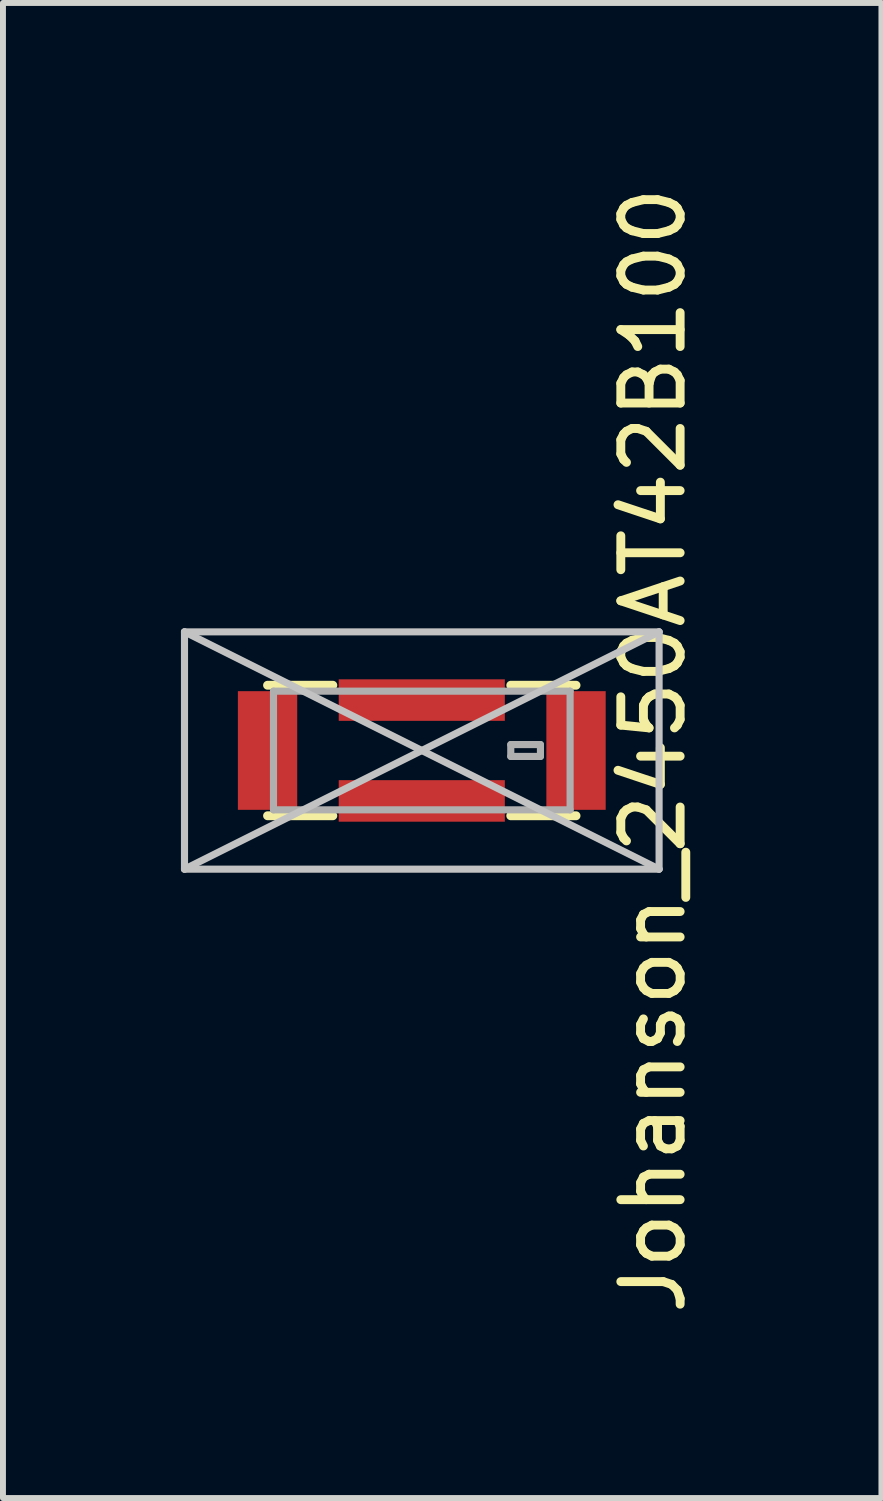
<source format=kicad_pcb>
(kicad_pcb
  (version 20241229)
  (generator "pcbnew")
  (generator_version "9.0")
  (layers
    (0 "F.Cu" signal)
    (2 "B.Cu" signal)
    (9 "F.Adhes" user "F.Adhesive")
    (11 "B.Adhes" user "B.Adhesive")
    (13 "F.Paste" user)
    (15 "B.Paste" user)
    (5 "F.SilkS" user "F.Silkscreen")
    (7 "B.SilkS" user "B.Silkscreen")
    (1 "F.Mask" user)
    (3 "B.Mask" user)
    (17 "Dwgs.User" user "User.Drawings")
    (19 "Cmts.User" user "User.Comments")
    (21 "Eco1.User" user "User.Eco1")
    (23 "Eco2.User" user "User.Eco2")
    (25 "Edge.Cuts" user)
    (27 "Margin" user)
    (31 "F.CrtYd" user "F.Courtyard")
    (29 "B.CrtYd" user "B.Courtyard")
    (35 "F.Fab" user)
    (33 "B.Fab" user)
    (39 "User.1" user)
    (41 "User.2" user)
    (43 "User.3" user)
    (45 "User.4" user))
  (footprint "Johanson_2450AT42B100"
    (layer "F.Cu")
    (at 4.06 9.601)
    (property "Reference" "Johanson_2450AT42B100" (at 3.9 0 90) (unlocked yes) (layer "F.SilkS") (effects (font (size 1 1) (thickness 0.15))))
    (attr through_hole)
    (fp_line (start -1.5 -1.1) (end -2.6 -1.1) (stroke (width 0.15) (type solid)) (layer "F.SilkS"))
    (fp_line (start -1.5 1.1) (end -2.6 1.1) (stroke (width 0.15) (type solid)) (layer "F.SilkS"))
    (fp_line (start 1.5 -1.1) (end 2.6 -1.1) (stroke (width 0.15) (type solid)) (layer "F.SilkS"))
    (fp_line (start 1.5 1.1) (end 2.6 1.1) (stroke (width 0.15) (type solid)) (layer "F.SilkS"))
    (fp_line (start -4 -2) (end 4 -2) (stroke (width 0.12) (type solid)) (layer "Dwgs.User"))
    (fp_line (start -4 -2) (end 4 2) (stroke (width 0.12) (type solid)) (layer "Dwgs.User"))
    (fp_line (start -4 2) (end -4 -2) (stroke (width 0.12) (type solid)) (layer "Dwgs.User"))
    (fp_line (start 4 -2) (end -4 2) (stroke (width 0.12) (type solid)) (layer "Dwgs.User"))
    (fp_line (start 4 -2) (end 4 2) (stroke (width 0.12) (type solid)) (layer "Dwgs.User"))
    (fp_line (start 4 2) (end -4 2) (stroke (width 0.12) (type solid)) (layer "Dwgs.User"))
    (fp_line (start -2.5 -1) (end 2.5 -1) (stroke (width 0.12) (type solid)) (layer "F.Fab"))
    (fp_line (start -2.5 1) (end -2.5 -1) (stroke (width 0.12) (type solid)) (layer "F.Fab"))
    (fp_line (start 1.5 -0.1) (end 1.5 0.1) (stroke (width 0.12) (type solid)) (layer "F.Fab"))
    (fp_line (start 1.5 0.1) (end 2 0.1) (stroke (width 0.12) (type solid)) (layer "F.Fab"))
    (fp_line (start 2 -0.1) (end 1.5 -0.1) (stroke (width 0.12) (type solid)) (layer "F.Fab"))
    (fp_line (start 2 0.1) (end 2 -0.1) (stroke (width 0.12) (type solid)) (layer "F.Fab"))
    (fp_line (start 2.5 -1) (end 2.5 1) (stroke (width 0.12) (type solid)) (layer "F.Fab"))
    (fp_line (start 2.5 1) (end -2.5 1) (stroke (width 0.12) (type solid)) (layer "F.Fab"))
    (pad "" smd rect (at -2.6 0) (size 1 2) (layers "F.Cu" "F.Mask" "F.Paste"))
    (pad "" smd rect (at 0 -0.85 90) (size 0.7 2.8) (layers "F.Cu" "F.Mask" "F.Paste"))
    (pad "" smd rect (at 0 0.85 90) (size 0.7 2.8) (layers "F.Cu" "F.Mask" "F.Paste"))
    (pad "1" smd rect (at 2.6 0) (size 1 2) (layers "F.Cu" "F.Mask" "F.Paste")))
  (gr_rect
    (start -3 -3)
    (end 11.808 22.202)
    (stroke (width 0.1) (type default))
    (fill no)
    (layer "Edge.Cuts")))
</source>
